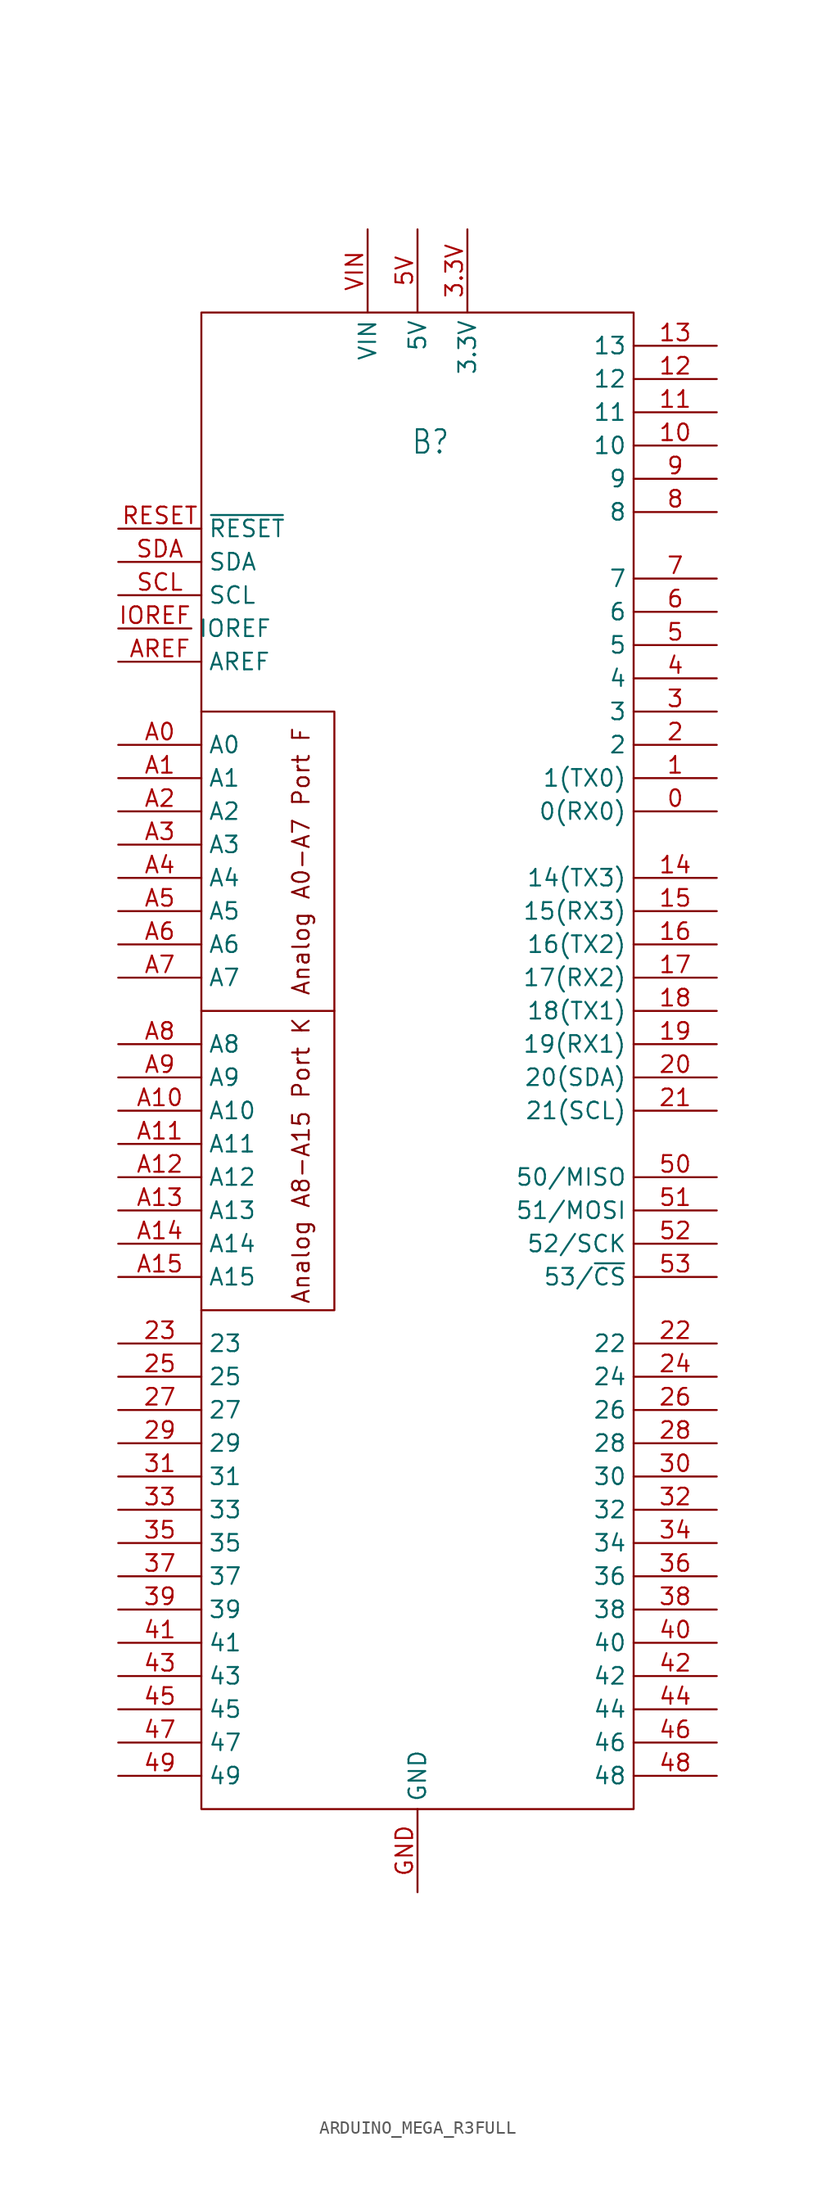
<source format=kicad_sym>
(kicad_symbol_lib
  (version 20241209)
  (generator "kicad_symbol_editor")
  (generator_version "9.0")
  (symbol "ARDUINO_MEGA_R3FULL"
    (property "Reference" "B"
      (at -0.508 47.498 0)
      (effects (font (size 1.778 1.511)) (justify left bottom)))
    (property "Value" ""
      (at -12.7 -66.04 0)
      (effects (font (size 1.778 1.511)) (justify left bottom)))
    (property "ki_locked" ""
      (at 0 0 0)
      (effects (font (size 1.27 1.27))))
    (symbol "ARDUINO_MEGA_R3FULL_1_0"
      (pin bidirectional line (at -22.86 41.91 0) (length 6.35) (name "~{RESET}" (effects (font (size 1.27 1.27)))) (number "RESET" (effects (font (size 1.27 1.27)))))
      (pin bidirectional line (at -22.86 39.37 0) (length 6.35) (name "SDA" (effects (font (size 1.27 1.27)))) (number "SDA" (effects (font (size 1.27 1.27)))))
      (pin bidirectional line (at -22.86 36.83 0) (length 6.35) (name "SCL" (effects (font (size 1.27 1.27)))) (number "SCL" (effects (font (size 1.27 1.27)))))
      (pin bidirectional line (at -22.86 34.29 0) (length 5.588) (name "IOREF" (effects (font (size 1.27 1.27)))) (number "IOREF" (effects (font (size 1.27 1.27)))))
      (pin bidirectional line (at -22.86 31.75 0) (length 6.35) (name "AREF" (effects (font (size 1.27 1.27)))) (number "AREF" (effects (font (size 1.27 1.27)))))
      (pin input line (at -22.86 25.4 0) (length 6.35) (name "A0" (effects (font (size 1.27 1.27)))) (number "A0" (effects (font (size 1.27 1.27)))))
      (pin input line (at -22.86 22.86 0) (length 6.35) (name "A1" (effects (font (size 1.27 1.27)))) (number "A1" (effects (font (size 1.27 1.27)))))
      (pin input line (at -22.86 20.32 0) (length 6.35) (name "A2" (effects (font (size 1.27 1.27)))) (number "A2" (effects (font (size 1.27 1.27)))))
      (pin input line (at -22.86 17.78 0) (length 6.35) (name "A3" (effects (font (size 1.27 1.27)))) (number "A3" (effects (font (size 1.27 1.27)))))
      (pin input line (at -22.86 15.24 0) (length 6.35) (name "A4" (effects (font (size 1.27 1.27)))) (number "A4" (effects (font (size 1.27 1.27)))))
      (pin input line (at -22.86 12.7 0) (length 6.35) (name "A5" (effects (font (size 1.27 1.27)))) (number "A5" (effects (font (size 1.27 1.27)))))
      (pin input line (at -22.86 10.16 0) (length 6.35) (name "A6" (effects (font (size 1.27 1.27)))) (number "A6" (effects (font (size 1.27 1.27)))))
      (pin input line (at -22.86 7.62 0) (length 6.35) (name "A7" (effects (font (size 1.27 1.27)))) (number "A7" (effects (font (size 1.27 1.27)))))
      (pin input line (at -22.86 2.54 0) (length 6.35) (name "A8" (effects (font (size 1.27 1.27)))) (number "A8" (effects (font (size 1.27 1.27)))))
      (pin input line (at -22.86 0 0) (length 6.35) (name "A9" (effects (font (size 1.27 1.27)))) (number "A9" (effects (font (size 1.27 1.27)))))
      (pin input line (at -22.86 -2.54 0) (length 6.35) (name "A10" (effects (font (size 1.27 1.27)))) (number "A10" (effects (font (size 1.27 1.27)))))
      (pin input line (at -22.86 -5.08 0) (length 6.35) (name "A11" (effects (font (size 1.27 1.27)))) (number "A11" (effects (font (size 1.27 1.27)))))
      (pin input line (at -22.86 -7.62 0) (length 6.35) (name "A12" (effects (font (size 1.27 1.27)))) (number "A12" (effects (font (size 1.27 1.27)))))
      (pin input line (at -22.86 -10.16 0) (length 6.35) (name "A13" (effects (font (size 1.27 1.27)))) (number "A13" (effects (font (size 1.27 1.27)))))
      (pin input line (at -22.86 -12.7 0) (length 6.35) (name "A14" (effects (font (size 1.27 1.27)))) (number "A14" (effects (font (size 1.27 1.27)))))
      (pin input line (at -22.86 -15.24 0) (length 6.35) (name "A15" (effects (font (size 1.27 1.27)))) (number "A15" (effects (font (size 1.27 1.27)))))
      (pin bidirectional line (at -22.86 -20.32 0) (length 6.35) (name "23" (effects (font (size 1.27 1.27)))) (number "23" (effects (font (size 1.27 1.27)))))
      (pin bidirectional line (at -22.86 -22.86 0) (length 6.35) (name "25" (effects (font (size 1.27 1.27)))) (number "25" (effects (font (size 1.27 1.27)))))
      (pin bidirectional line (at -22.86 -25.4 0) (length 6.35) (name "27" (effects (font (size 1.27 1.27)))) (number "27" (effects (font (size 1.27 1.27)))))
      (pin bidirectional line (at -22.86 -27.94 0) (length 6.35) (name "29" (effects (font (size 1.27 1.27)))) (number "29" (effects (font (size 1.27 1.27)))))
      (pin bidirectional line (at -22.86 -30.48 0) (length 6.35) (name "31" (effects (font (size 1.27 1.27)))) (number "31" (effects (font (size 1.27 1.27)))))
      (pin bidirectional line (at -22.86 -33.02 0) (length 6.35) (name "33" (effects (font (size 1.27 1.27)))) (number "33" (effects (font (size 1.27 1.27)))))
      (pin bidirectional line (at -22.86 -35.56 0) (length 6.35) (name "35" (effects (font (size 1.27 1.27)))) (number "35" (effects (font (size 1.27 1.27)))))
      (pin bidirectional line (at -22.86 -38.1 0) (length 6.35) (name "37" (effects (font (size 1.27 1.27)))) (number "37" (effects (font (size 1.27 1.27)))))
      (pin bidirectional line (at -22.86 -40.64 0) (length 6.35) (name "39" (effects (font (size 1.27 1.27)))) (number "39" (effects (font (size 1.27 1.27)))))
      (pin bidirectional line (at -22.86 -43.18 0) (length 6.35) (name "41" (effects (font (size 1.27 1.27)))) (number "41" (effects (font (size 1.27 1.27)))))
      (pin bidirectional line (at -22.86 -45.72 0) (length 6.35) (name "43" (effects (font (size 1.27 1.27)))) (number "43" (effects (font (size 1.27 1.27)))))
      (pin bidirectional line (at -22.86 -48.26 0) (length 6.35) (name "45" (effects (font (size 1.27 1.27)))) (number "45" (effects (font (size 1.27 1.27)))))
      (pin bidirectional line (at -22.86 -50.8 0) (length 6.35) (name "47" (effects (font (size 1.27 1.27)))) (number "47" (effects (font (size 1.27 1.27)))))
      (pin bidirectional line (at -22.86 -53.34 0) (length 6.35) (name "49" (effects (font (size 1.27 1.27)))) (number "49" (effects (font (size 1.27 1.27)))))
      (pin power_in line (at -3.81 64.77 270) (length 6.35) (name "VIN" (effects (font (size 1.27 1.27)))) (number "VIN" (effects (font (size 1.27 1.27)))))
      (pin power_in line (at 0 64.77 270) (length 6.35) (name "5V" (effects (font (size 1.27 1.27)))) (number "5V" (effects (font (size 1.27 1.27)))))
      (pin power_in line (at 0 -62.23 90) (length 6.35) (name "GND" (effects (font (size 1.27 1.27)))) (number "GND" (effects (font (size 1.27 1.27)))))
      (pin power_in line (at 3.81 64.77 270) (length 6.35) (name "3.3V" (effects (font (size 1.27 1.27)))) (number "3.3V" (effects (font (size 1.27 1.27)))))
      (pin bidirectional line (at 22.86 55.88 180) (length 6.35) (name "13" (effects (font (size 1.27 1.27)))) (number "13" (effects (font (size 1.27 1.27)))))
      (pin bidirectional line (at 22.86 53.34 180) (length 6.35) (name "12" (effects (font (size 1.27 1.27)))) (number "12" (effects (font (size 1.27 1.27)))))
      (pin bidirectional line (at 22.86 50.8 180) (length 6.35) (name "11" (effects (font (size 1.27 1.27)))) (number "11" (effects (font (size 1.27 1.27)))))
      (pin bidirectional line (at 22.86 48.26 180) (length 6.35) (name "10" (effects (font (size 1.27 1.27)))) (number "10" (effects (font (size 1.27 1.27)))))
      (pin bidirectional line (at 22.86 45.72 180) (length 6.35) (name "9" (effects (font (size 1.27 1.27)))) (number "9" (effects (font (size 1.27 1.27)))))
      (pin bidirectional line (at 22.86 43.18 180) (length 6.35) (name "8" (effects (font (size 1.27 1.27)))) (number "8" (effects (font (size 1.27 1.27)))))
      (pin bidirectional line (at 22.86 38.1 180) (length 6.35) (name "7" (effects (font (size 1.27 1.27)))) (number "7" (effects (font (size 1.27 1.27)))))
      (pin bidirectional line (at 22.86 35.56 180) (length 6.35) (name "6" (effects (font (size 1.27 1.27)))) (number "6" (effects (font (size 1.27 1.27)))))
      (pin bidirectional line (at 22.86 33.02 180) (length 6.35) (name "5" (effects (font (size 1.27 1.27)))) (number "5" (effects (font (size 1.27 1.27)))))
      (pin bidirectional line (at 22.86 30.48 180) (length 6.35) (name "4" (effects (font (size 1.27 1.27)))) (number "4" (effects (font (size 1.27 1.27)))))
      (pin bidirectional line (at 22.86 27.94 180) (length 6.35) (name "3" (effects (font (size 1.27 1.27)))) (number "3" (effects (font (size 1.27 1.27)))))
      (pin bidirectional line (at 22.86 25.4 180) (length 6.35) (name "2" (effects (font (size 1.27 1.27)))) (number "2" (effects (font (size 1.27 1.27)))))
      (pin bidirectional line (at 22.86 22.86 180) (length 6.35) (name "1(TX0)" (effects (font (size 1.27 1.27)))) (number "1" (effects (font (size 1.27 1.27)))))
      (pin bidirectional line (at 22.86 20.32 180) (length 6.35) (name "0(RX0)" (effects (font (size 1.27 1.27)))) (number "0" (effects (font (size 1.27 1.27)))))
      (pin bidirectional line (at 22.86 15.24 180) (length 6.35) (name "14(TX3)" (effects (font (size 1.27 1.27)))) (number "14" (effects (font (size 1.27 1.27)))))
      (pin bidirectional line (at 22.86 12.7 180) (length 6.35) (name "15(RX3)" (effects (font (size 1.27 1.27)))) (number "15" (effects (font (size 1.27 1.27)))))
      (pin bidirectional line (at 22.86 10.16 180) (length 6.35) (name "16(TX2)" (effects (font (size 1.27 1.27)))) (number "16" (effects (font (size 1.27 1.27)))))
      (pin bidirectional line (at 22.86 7.62 180) (length 6.35) (name "17(RX2)" (effects (font (size 1.27 1.27)))) (number "17" (effects (font (size 1.27 1.27)))))
      (pin bidirectional line (at 22.86 5.08 180) (length 6.35) (name "18(TX1)" (effects (font (size 1.27 1.27)))) (number "18" (effects (font (size 1.27 1.27)))))
      (pin bidirectional line (at 22.86 2.54 180) (length 6.35) (name "19(RX1)" (effects (font (size 1.27 1.27)))) (number "19" (effects (font (size 1.27 1.27)))))
      (pin bidirectional line (at 22.86 0 180) (length 6.35) (name "20(SDA)" (effects (font (size 1.27 1.27)))) (number "20" (effects (font (size 1.27 1.27)))))
      (pin bidirectional line (at 22.86 -2.54 180) (length 6.35) (name "21(SCL)" (effects (font (size 1.27 1.27)))) (number "21" (effects (font (size 1.27 1.27)))))
      (pin bidirectional line (at 22.86 -7.62 180) (length 6.35) (name "50/MISO" (effects (font (size 1.27 1.27)))) (number "50" (effects (font (size 1.27 1.27)))))
      (pin bidirectional line (at 22.86 -10.16 180) (length 6.35) (name "51/MOSI" (effects (font (size 1.27 1.27)))) (number "51" (effects (font (size 1.27 1.27)))))
      (pin bidirectional line (at 22.86 -12.7 180) (length 6.35) (name "52/SCK" (effects (font (size 1.27 1.27)))) (number "52" (effects (font (size 1.27 1.27)))))
      (pin bidirectional line (at 22.86 -15.24 180) (length 6.35) (name "53/~{CS}" (effects (font (size 1.27 1.27)))) (number "53" (effects (font (size 1.27 1.27)))))
      (pin bidirectional line (at 22.86 -20.32 180) (length 6.35) (name "22" (effects (font (size 1.27 1.27)))) (number "22" (effects (font (size 1.27 1.27)))))
      (pin bidirectional line (at 22.86 -22.86 180) (length 6.35) (name "24" (effects (font (size 1.27 1.27)))) (number "24" (effects (font (size 1.27 1.27)))))
      (pin bidirectional line (at 22.86 -25.4 180) (length 6.35) (name "26" (effects (font (size 1.27 1.27)))) (number "26" (effects (font (size 1.27 1.27)))))
      (pin bidirectional line (at 22.86 -27.94 180) (length 6.35) (name "28" (effects (font (size 1.27 1.27)))) (number "28" (effects (font (size 1.27 1.27)))))
      (pin bidirectional line (at 22.86 -30.48 180) (length 6.35) (name "30" (effects (font (size 1.27 1.27)))) (number "30" (effects (font (size 1.27 1.27)))))
      (pin bidirectional line (at 22.86 -33.02 180) (length 6.35) (name "32" (effects (font (size 1.27 1.27)))) (number "32" (effects (font (size 1.27 1.27)))))
      (pin bidirectional line (at 22.86 -35.56 180) (length 6.35) (name "34" (effects (font (size 1.27 1.27)))) (number "34" (effects (font (size 1.27 1.27)))))
      (pin bidirectional line (at 22.86 -38.1 180) (length 6.35) (name "36" (effects (font (size 1.27 1.27)))) (number "36" (effects (font (size 1.27 1.27)))))
      (pin bidirectional line (at 22.86 -40.64 180) (length 6.35) (name "38" (effects (font (size 1.27 1.27)))) (number "38" (effects (font (size 1.27 1.27)))))
      (pin bidirectional line (at 22.86 -43.18 180) (length 6.35) (name "40" (effects (font (size 1.27 1.27)))) (number "40" (effects (font (size 1.27 1.27)))))
      (pin bidirectional line (at 22.86 -45.72 180) (length 6.35) (name "42" (effects (font (size 1.27 1.27)))) (number "42" (effects (font (size 1.27 1.27)))))
      (pin bidirectional line (at 22.86 -48.26 180) (length 6.35) (name "44" (effects (font (size 1.27 1.27)))) (number "44" (effects (font (size 1.27 1.27)))))
      (pin bidirectional line (at 22.86 -50.8 180) (length 6.35) (name "46" (effects (font (size 1.27 1.27)))) (number "46" (effects (font (size 1.27 1.27)))))
      (pin bidirectional line (at 22.86 -53.34 180) (length 6.35) (name "48" (effects (font (size 1.27 1.27)))) (number "48" (effects (font (size 1.27 1.27))))))
    (symbol "ARDUINO_MEGA_R3FULL_1_1"
      (rectangle (start -16.51 58.42) (end 16.51 -55.88) (stroke (width 0) (type default)) (fill (type none)))
      (polyline (pts (xy -16.51 5.08) (xy -6.35 5.08) (xy -6.35 27.94) (xy -16.51 27.94)) (stroke (width 0) (type default)) (fill (type none)))
      (polyline (pts (xy -6.35 5.08) (xy -6.35 -17.78) (xy -16.51 -17.78)) (stroke (width 0) (type default)) (fill (type none)))
      (text "Analog A0-A7 Port F" (at -8.89 16.51 900) (effects (font (size 1.27 1.27))))
      (text "Analog A8-A15 Port K" (at -8.89 -6.35 900) (effects (font (size 1.27 1.27)))))))
</source>
